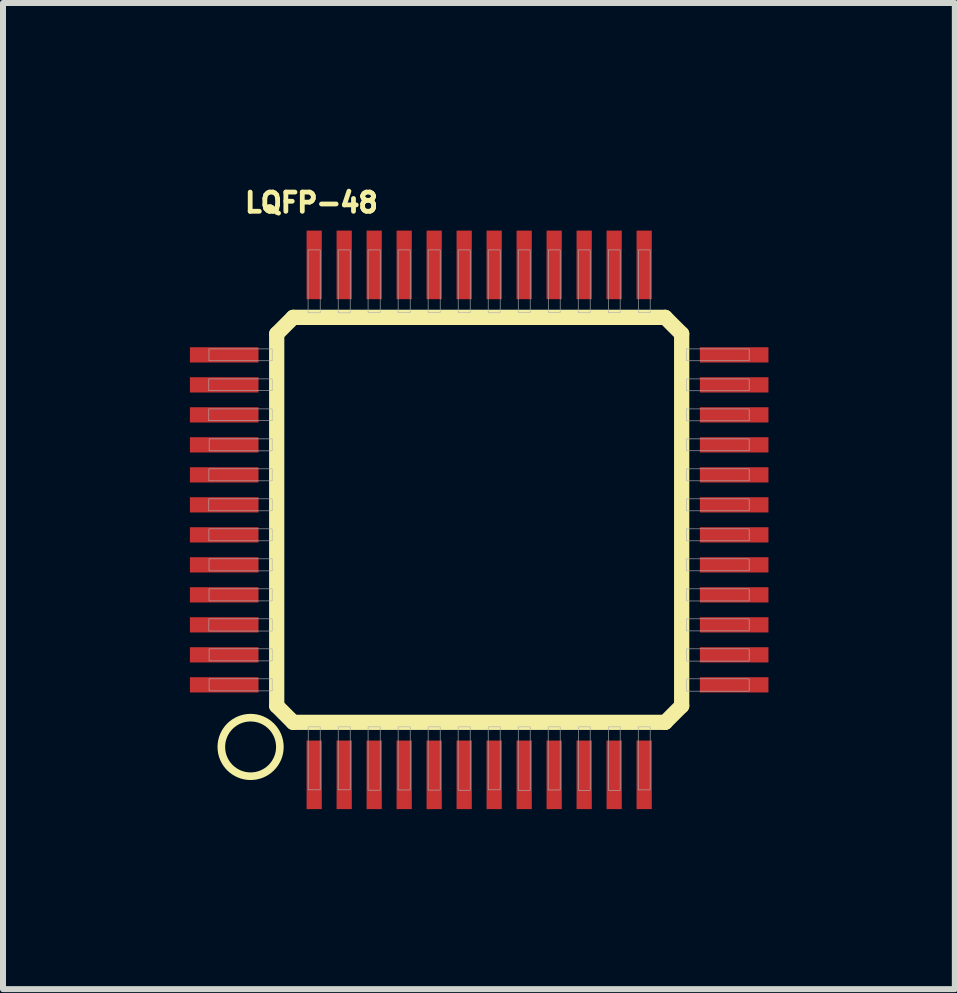
<source format=kicad_pcb>
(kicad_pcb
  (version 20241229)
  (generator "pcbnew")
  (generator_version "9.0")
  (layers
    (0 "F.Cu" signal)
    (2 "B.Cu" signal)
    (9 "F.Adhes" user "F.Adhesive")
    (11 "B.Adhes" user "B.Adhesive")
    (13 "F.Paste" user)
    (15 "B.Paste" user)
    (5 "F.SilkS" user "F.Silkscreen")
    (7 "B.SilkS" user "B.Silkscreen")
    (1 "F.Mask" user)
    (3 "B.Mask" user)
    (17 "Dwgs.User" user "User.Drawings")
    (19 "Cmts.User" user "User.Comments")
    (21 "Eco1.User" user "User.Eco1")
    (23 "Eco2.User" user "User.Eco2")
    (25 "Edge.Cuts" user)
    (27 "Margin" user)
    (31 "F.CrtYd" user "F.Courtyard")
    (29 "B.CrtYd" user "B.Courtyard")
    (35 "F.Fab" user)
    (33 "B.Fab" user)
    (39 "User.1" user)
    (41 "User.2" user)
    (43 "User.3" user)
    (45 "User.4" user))
  (footprint "LQFP-48"
    (layer "F.Cu")
    (at 4.937 5.615)
    (property "Reference" "LQFP-48" (at -2.796 -5.287 0) (layer "F.SilkS") (effects (font (size 0.32 0.32) (thickness 0.15))))
    (attr smd)
    (fp_line (start -3.375 -3.1) (end -3.1 -3.375) (stroke (width 0.254) (type solid)) (layer "F.SilkS"))
    (fp_line (start -3.375 3.1) (end -3.375 -3.1) (stroke (width 0.254) (type solid)) (layer "F.SilkS"))
    (fp_line (start -3.1 -3.375) (end 3.1 -3.375) (stroke (width 0.254) (type solid)) (layer "F.SilkS"))
    (fp_line (start -3.1 3.375) (end -3.375 3.1) (stroke (width 0.254) (type solid)) (layer "F.SilkS"))
    (fp_line (start 3.1 -3.375) (end 3.375 -3.1) (stroke (width 0.254) (type solid)) (layer "F.SilkS"))
    (fp_line (start 3.1 3.375) (end -3.1 3.375) (stroke (width 0.254) (type solid)) (layer "F.SilkS"))
    (fp_line (start 3.375 -3.1) (end 3.375 3.1) (stroke (width 0.254) (type solid)) (layer "F.SilkS"))
    (fp_line (start 3.375 3.1) (end 3.1 3.375) (stroke (width 0.254) (type solid)) (layer "F.SilkS"))
    (fp_circle (center -3.81 3.785) (end -3.322 3.785) (stroke (width 0.127) (type solid)) (fill no) (layer "F.SilkS"))
    (fp_poly (pts (xy -4.507 -2.35) (xy -3.45 -2.35) (xy -3.45 -2.153) (xy -4.507 -2.153)) (stroke (width 0.01) (type solid)) (fill no) (layer "F.Fab"))
    (fp_poly (pts (xy -4.507 -1.85) (xy -3.45 -1.85) (xy -3.45 -1.653) (xy -4.507 -1.653)) (stroke (width 0.01) (type solid)) (fill no) (layer "F.Fab"))
    (fp_poly (pts (xy -4.507 -0.35) (xy -3.45 -0.35) (xy -3.45 -0.15) (xy -4.507 -0.15)) (stroke (width 0.01) (type solid)) (fill no) (layer "F.Fab"))
    (fp_poly (pts (xy -4.506 1.65) (xy -3.45 1.65) (xy -3.45 1.853) (xy -4.506 1.853)) (stroke (width 0.01) (type solid)) (fill no) (layer "F.Fab"))
    (fp_poly (pts (xy -4.505 0.15) (xy -3.45 0.15) (xy -3.45 0.35) (xy -4.505 0.35)) (stroke (width 0.01) (type solid)) (fill no) (layer "F.Fab"))
    (fp_poly (pts (xy -4.505 -0.85) (xy -3.45 -0.85) (xy -3.45 -0.651) (xy -4.505 -0.651)) (stroke (width 0.01) (type solid)) (fill no) (layer "F.Fab"))
    (fp_poly (pts (xy -4.504 -2.85) (xy -3.45 -2.85) (xy -3.45 -2.652) (xy -4.504 -2.652)) (stroke (width 0.01) (type solid)) (fill no) (layer "F.Fab"))
    (fp_poly (pts (xy -4.503 1.15) (xy -3.45 1.15) (xy -3.45 1.351) (xy -4.503 1.351)) (stroke (width 0.01) (type solid)) (fill no) (layer "F.Fab"))
    (fp_poly (pts (xy -4.503 0.65) (xy -3.45 0.65) (xy -3.45 0.851) (xy -4.503 0.851)) (stroke (width 0.01) (type solid)) (fill no) (layer "F.Fab"))
    (fp_poly (pts (xy -4.502 2.15) (xy -3.45 2.15) (xy -3.45 2.351) (xy -4.502 2.351)) (stroke (width 0.01) (type solid)) (fill no) (layer "F.Fab"))
    (fp_poly (pts (xy -4.502 2.65) (xy -3.45 2.65) (xy -3.45 2.851) (xy -4.502 2.851)) (stroke (width 0.01) (type solid)) (fill no) (layer "F.Fab"))
    (fp_poly (pts (xy -4.501 -1.35) (xy -3.45 -1.35) (xy -3.45 -1.15) (xy -4.501 -1.15)) (stroke (width 0.01) (type solid)) (fill no) (layer "F.Fab"))
    (fp_poly (pts (xy -2.852 -4.5) (xy -2.65 -4.5) (xy -2.65 -3.452) (xy -2.852 -3.452)) (stroke (width 0.01) (type solid)) (fill no) (layer "F.Fab"))
    (fp_poly (pts (xy -2.85 3.45) (xy -2.65 3.45) (xy -2.65 4.5) (xy -2.85 4.5)) (stroke (width 0.01) (type solid)) (fill no) (layer "F.Fab"))
    (fp_poly (pts (xy -2.35 -4.5) (xy -2.15 -4.5) (xy -2.15 -3.451) (xy -2.35 -3.451)) (stroke (width 0.01) (type solid)) (fill no) (layer "F.Fab"))
    (fp_poly (pts (xy -2.35 3.45) (xy -2.15 3.45) (xy -2.15 4.5) (xy -2.35 4.5)) (stroke (width 0.01) (type solid)) (fill no) (layer "F.Fab"))
    (fp_poly (pts (xy -1.852 -4.5) (xy -1.65 -4.5) (xy -1.65 -3.454) (xy -1.852 -3.454)) (stroke (width 0.01) (type solid)) (fill no) (layer "F.Fab"))
    (fp_poly (pts (xy -1.852 3.45) (xy -1.65 3.45) (xy -1.65 4.505) (xy -1.852 4.505)) (stroke (width 0.01) (type solid)) (fill no) (layer "F.Fab"))
    (fp_poly (pts (xy -1.351 -4.5) (xy -1.15 -4.5) (xy -1.15 -3.453) (xy -1.351 -3.453)) (stroke (width 0.01) (type solid)) (fill no) (layer "F.Fab"))
    (fp_poly (pts (xy -1.351 3.45) (xy -1.15 3.45) (xy -1.15 4.502) (xy -1.351 4.502)) (stroke (width 0.01) (type solid)) (fill no) (layer "F.Fab"))
    (fp_poly (pts (xy -0.851 -4.5) (xy -0.65 -4.5) (xy -0.65 -3.455) (xy -0.851 -3.455)) (stroke (width 0.01) (type solid)) (fill no) (layer "F.Fab"))
    (fp_poly (pts (xy -0.851 3.45) (xy -0.65 3.45) (xy -0.65 4.504) (xy -0.851 4.504)) (stroke (width 0.01) (type solid)) (fill no) (layer "F.Fab"))
    (fp_poly (pts (xy -0.351 3.45) (xy -0.15 3.45) (xy -0.15 4.507) (xy -0.351 4.507)) (stroke (width 0.01) (type solid)) (fill no) (layer "F.Fab"))
    (fp_poly (pts (xy -0.35 -4.5) (xy -0.15 -4.5) (xy -0.15 -3.454) (xy -0.35 -3.454)) (stroke (width 0.01) (type solid)) (fill no) (layer "F.Fab"))
    (fp_poly (pts (xy 0.15 3.45) (xy 0.35 3.45) (xy 0.35 4.5) (xy 0.15 4.5)) (stroke (width 0.01) (type solid)) (fill no) (layer "F.Fab"))
    (fp_poly (pts (xy 0.15 -4.5) (xy 0.35 -4.5) (xy 0.35 -3.452) (xy 0.15 -3.452)) (stroke (width 0.01) (type solid)) (fill no) (layer "F.Fab"))
    (fp_poly (pts (xy 0.651 -4.5) (xy 0.85 -4.5) (xy 0.85 -3.455) (xy 0.651 -3.455)) (stroke (width 0.01) (type solid)) (fill no) (layer "F.Fab"))
    (fp_poly (pts (xy 0.651 3.45) (xy 0.85 3.45) (xy 0.85 4.509) (xy 0.651 4.509)) (stroke (width 0.01) (type solid)) (fill no) (layer "F.Fab"))
    (fp_poly (pts (xy 1.15 3.45) (xy 1.35 3.45) (xy 1.35 4.502) (xy 1.15 4.502)) (stroke (width 0.01) (type solid)) (fill no) (layer "F.Fab"))
    (fp_poly (pts (xy 1.152 -4.5) (xy 1.35 -4.5) (xy 1.35 -3.456) (xy 1.152 -3.456)) (stroke (width 0.01) (type solid)) (fill no) (layer "F.Fab"))
    (fp_poly (pts (xy 1.651 -4.5) (xy 1.85 -4.5) (xy 1.85 -3.452) (xy 1.651 -3.452)) (stroke (width 0.01) (type solid)) (fill no) (layer "F.Fab"))
    (fp_poly (pts (xy 1.653 3.45) (xy 1.85 3.45) (xy 1.85 4.508) (xy 1.653 4.508)) (stroke (width 0.01) (type solid)) (fill no) (layer "F.Fab"))
    (fp_poly (pts (xy 2.152 -4.5) (xy 2.35 -4.5) (xy 2.35 -3.453) (xy 2.152 -3.453)) (stroke (width 0.01) (type solid)) (fill no) (layer "F.Fab"))
    (fp_poly (pts (xy 2.154 3.45) (xy 2.35 3.45) (xy 2.35 4.508) (xy 2.154 4.508)) (stroke (width 0.01) (type solid)) (fill no) (layer "F.Fab"))
    (fp_poly (pts (xy 2.651 3.45) (xy 2.85 3.45) (xy 2.85 4.501) (xy 2.651 4.501)) (stroke (width 0.01) (type solid)) (fill no) (layer "F.Fab"))
    (fp_poly (pts (xy 2.653 -4.5) (xy 2.85 -4.5) (xy 2.85 -3.453) (xy 2.653 -3.453)) (stroke (width 0.01) (type solid)) (fill no) (layer "F.Fab"))
    (fp_poly (pts (xy 3.452 -1.85) (xy 4.5 -1.85) (xy 4.5 -1.651) (xy 3.452 -1.651)) (stroke (width 0.01) (type solid)) (fill no) (layer "F.Fab"))
    (fp_poly (pts (xy 3.452 0.65) (xy 4.5 0.65) (xy 4.5 0.85) (xy 3.452 0.85)) (stroke (width 0.01) (type solid)) (fill no) (layer "F.Fab"))
    (fp_poly (pts (xy 3.452 -2.85) (xy 4.5 -2.85) (xy 4.5 -2.652) (xy 3.452 -2.652)) (stroke (width 0.01) (type solid)) (fill no) (layer "F.Fab"))
    (fp_poly (pts (xy 3.453 0.15) (xy 4.5 0.15) (xy 4.5 0.35) (xy 3.453 0.35)) (stroke (width 0.01) (type solid)) (fill no) (layer "F.Fab"))
    (fp_poly (pts (xy 3.453 1.65) (xy 4.5 1.65) (xy 4.5 1.851) (xy 3.453 1.851)) (stroke (width 0.01) (type solid)) (fill no) (layer "F.Fab"))
    (fp_poly (pts (xy 3.454 -2.35) (xy 4.5 -2.35) (xy 4.5 -2.152) (xy 3.454 -2.152)) (stroke (width 0.01) (type solid)) (fill no) (layer "F.Fab"))
    (fp_poly (pts (xy 3.455 -0.35) (xy 4.5 -0.35) (xy 4.5 -0.15) (xy 3.455 -0.15)) (stroke (width 0.01) (type solid)) (fill no) (layer "F.Fab"))
    (fp_poly (pts (xy 3.455 1.15) (xy 4.5 1.15) (xy 4.5 1.352) (xy 3.455 1.352)) (stroke (width 0.01) (type solid)) (fill no) (layer "F.Fab"))
    (fp_poly (pts (xy 3.455 -1.35) (xy 4.5 -1.35) (xy 4.5 -1.152) (xy 3.455 -1.152)) (stroke (width 0.01) (type solid)) (fill no) (layer "F.Fab"))
    (fp_poly (pts (xy 3.456 2.65) (xy 4.5 2.65) (xy 4.5 2.855) (xy 3.456 2.855)) (stroke (width 0.01) (type solid)) (fill no) (layer "F.Fab"))
    (fp_poly (pts (xy 3.456 -0.85) (xy 4.5 -0.85) (xy 4.5 -0.651) (xy 3.456 -0.651)) (stroke (width 0.01) (type solid)) (fill no) (layer "F.Fab"))
    (fp_poly (pts (xy 3.456 2.15) (xy 4.5 2.15) (xy 4.5 2.354) (xy 3.456 2.354)) (stroke (width 0.01) (type solid)) (fill no) (layer "F.Fab"))
    (pad "1" smd rect (at -2.75 4.25) (size 0.254 1.143) (layers "F.Cu" "F.Mask" "F.Paste"))
    (pad "2" smd rect (at -2.25 4.25) (size 0.254 1.143) (layers "F.Cu" "F.Mask" "F.Paste"))
    (pad "3" smd rect (at -1.75 4.25) (size 0.254 1.143) (layers "F.Cu" "F.Mask" "F.Paste"))
    (pad "4" smd rect (at -1.25 4.25) (size 0.254 1.143) (layers "F.Cu" "F.Mask" "F.Paste"))
    (pad "5" smd rect (at -0.75 4.25) (size 0.254 1.143) (layers "F.Cu" "F.Mask" "F.Paste"))
    (pad "6" smd rect (at -0.25 4.25) (size 0.254 1.143) (layers "F.Cu" "F.Mask" "F.Paste"))
    (pad "7" smd rect (at 0.25 4.25) (size 0.254 1.143) (layers "F.Cu" "F.Mask" "F.Paste"))
    (pad "8" smd rect (at 0.75 4.25) (size 0.254 1.143) (layers "F.Cu" "F.Mask" "F.Paste"))
    (pad "9" smd rect (at 1.25 4.25) (size 0.254 1.143) (layers "F.Cu" "F.Mask" "F.Paste"))
    (pad "10" smd rect (at 1.75 4.25) (size 0.254 1.143) (layers "F.Cu" "F.Mask" "F.Paste"))
    (pad "11" smd rect (at 2.25 4.25) (size 0.254 1.143) (layers "F.Cu" "F.Mask" "F.Paste"))
    (pad "12" smd rect (at 2.75 4.25) (size 0.254 1.143) (layers "F.Cu" "F.Mask" "F.Paste"))
    (pad "13" smd rect (at 4.25 2.75) (size 1.143 0.254) (layers "F.Cu" "F.Mask" "F.Paste"))
    (pad "14" smd rect (at 4.25 2.25) (size 1.143 0.254) (layers "F.Cu" "F.Mask" "F.Paste"))
    (pad "15" smd rect (at 4.25 1.75) (size 1.143 0.254) (layers "F.Cu" "F.Mask" "F.Paste"))
    (pad "16" smd rect (at 4.25 1.25) (size 1.143 0.254) (layers "F.Cu" "F.Mask" "F.Paste"))
    (pad "17" smd rect (at 4.25 0.75) (size 1.143 0.254) (layers "F.Cu" "F.Mask" "F.Paste"))
    (pad "18" smd rect (at 4.25 0.25) (size 1.143 0.254) (layers "F.Cu" "F.Mask" "F.Paste"))
    (pad "19" smd rect (at 4.25 -0.25) (size 1.143 0.254) (layers "F.Cu" "F.Mask" "F.Paste"))
    (pad "20" smd rect (at 4.25 -0.75) (size 1.143 0.254) (layers "F.Cu" "F.Mask" "F.Paste"))
    (pad "21" smd rect (at 4.25 -1.25) (size 1.143 0.254) (layers "F.Cu" "F.Mask" "F.Paste"))
    (pad "22" smd rect (at 4.25 -1.75) (size 1.143 0.254) (layers "F.Cu" "F.Mask" "F.Paste"))
    (pad "23" smd rect (at 4.25 -2.25) (size 1.143 0.254) (layers "F.Cu" "F.Mask" "F.Paste"))
    (pad "24" smd rect (at 4.25 -2.75) (size 1.143 0.254) (layers "F.Cu" "F.Mask" "F.Paste"))
    (pad "25" smd rect (at 2.75 -4.25) (size 0.254 1.143) (layers "F.Cu" "F.Mask" "F.Paste"))
    (pad "26" smd rect (at 2.25 -4.25) (size 0.254 1.143) (layers "F.Cu" "F.Mask" "F.Paste"))
    (pad "27" smd rect (at 1.75 -4.25) (size 0.254 1.143) (layers "F.Cu" "F.Mask" "F.Paste"))
    (pad "28" smd rect (at 1.25 -4.25) (size 0.254 1.143) (layers "F.Cu" "F.Mask" "F.Paste"))
    (pad "29" smd rect (at 0.75 -4.25) (size 0.254 1.143) (layers "F.Cu" "F.Mask" "F.Paste"))
    (pad "30" smd rect (at 0.25 -4.25) (size 0.254 1.143) (layers "F.Cu" "F.Mask" "F.Paste"))
    (pad "31" smd rect (at -0.25 -4.25) (size 0.254 1.143) (layers "F.Cu" "F.Mask" "F.Paste"))
    (pad "32" smd rect (at -0.75 -4.25) (size 0.254 1.143) (layers "F.Cu" "F.Mask" "F.Paste"))
    (pad "33" smd rect (at -1.25 -4.25) (size 0.254 1.143) (layers "F.Cu" "F.Mask" "F.Paste"))
    (pad "34" smd rect (at -1.75 -4.25) (size 0.254 1.143) (layers "F.Cu" "F.Mask" "F.Paste"))
    (pad "35" smd rect (at -2.25 -4.25) (size 0.254 1.143) (layers "F.Cu" "F.Mask" "F.Paste"))
    (pad "36" smd rect (at -2.75 -4.25) (size 0.254 1.143) (layers "F.Cu" "F.Mask" "F.Paste"))
    (pad "37" smd rect (at -4.25 -2.75) (size 1.143 0.254) (layers "F.Cu" "F.Mask" "F.Paste"))
    (pad "38" smd rect (at -4.25 -2.25) (size 1.143 0.254) (layers "F.Cu" "F.Mask" "F.Paste"))
    (pad "39" smd rect (at -4.25 -1.75) (size 1.143 0.254) (layers "F.Cu" "F.Mask" "F.Paste"))
    (pad "40" smd rect (at -4.25 -1.25) (size 1.143 0.254) (layers "F.Cu" "F.Mask" "F.Paste"))
    (pad "41" smd rect (at -4.25 -0.75) (size 1.143 0.254) (layers "F.Cu" "F.Mask" "F.Paste"))
    (pad "42" smd rect (at -4.25 -0.25) (size 1.143 0.254) (layers "F.Cu" "F.Mask" "F.Paste"))
    (pad "43" smd rect (at -4.25 0.25) (size 1.143 0.254) (layers "F.Cu" "F.Mask" "F.Paste"))
    (pad "44" smd rect (at -4.25 0.75) (size 1.143 0.254) (layers "F.Cu" "F.Mask" "F.Paste"))
    (pad "45" smd rect (at -4.25 1.25) (size 1.143 0.254) (layers "F.Cu" "F.Mask" "F.Paste"))
    (pad "46" smd rect (at -4.25 1.75) (size 1.143 0.254) (layers "F.Cu" "F.Mask" "F.Paste"))
    (pad "47" smd rect (at -4.25 2.25) (size 1.143 0.254) (layers "F.Cu" "F.Mask" "F.Paste"))
    (pad "48" smd rect (at -4.25 2.75) (size 1.143 0.254) (layers "F.Cu" "F.Mask" "F.Paste"))
    (zone (net_name "") (layer "F.Cu") (hatch full 0.508) (connect_pads) (min_thickness 0.01) (filled_areas_thickness no) (keepout (tracks not_allowed) (vias not_allowed) (pads not_allowed) (copperpour not_allowed) (footprints allowed)) (placement (enabled no)) (fill) (polygon (pts (xy 0 4.599) (xy 1.381 4.599) (xy 1.381 4.648) (xy 0 4.648))))
    (zone (net_name "") (layer "F.Cu") (hatch full 0.508) (connect_pads) (min_thickness 0.01) (filled_areas_thickness no) (keepout (tracks not_allowed) (vias not_allowed) (pads not_allowed) (copperpour not_allowed) (footprints allowed)) (placement (enabled no)) (fill) (polygon (pts (xy 8.52 4.091) (xy 9.865 4.091) (xy 9.865 4.141) (xy 8.52 4.141))))
    (zone (net_name "") (layer "F.Cu") (hatch full 0.508) (connect_pads) (min_thickness 0.01) (filled_areas_thickness no) (keepout (tracks not_allowed) (vias not_allowed) (pads not_allowed) (copperpour not_allowed) (footprints allowed)) (placement (enabled no)) (fill) (polygon (pts (xy 8.522 4.599) (xy 9.865 4.599) (xy 9.865 4.649) (xy 8.522 4.649)))))
  (gr_rect
    (start -3 -3)
    (end 12.865 13.437)
    (stroke (width 0.1) (type default))
    (fill no)
    (layer "Edge.Cuts")))
</source>
